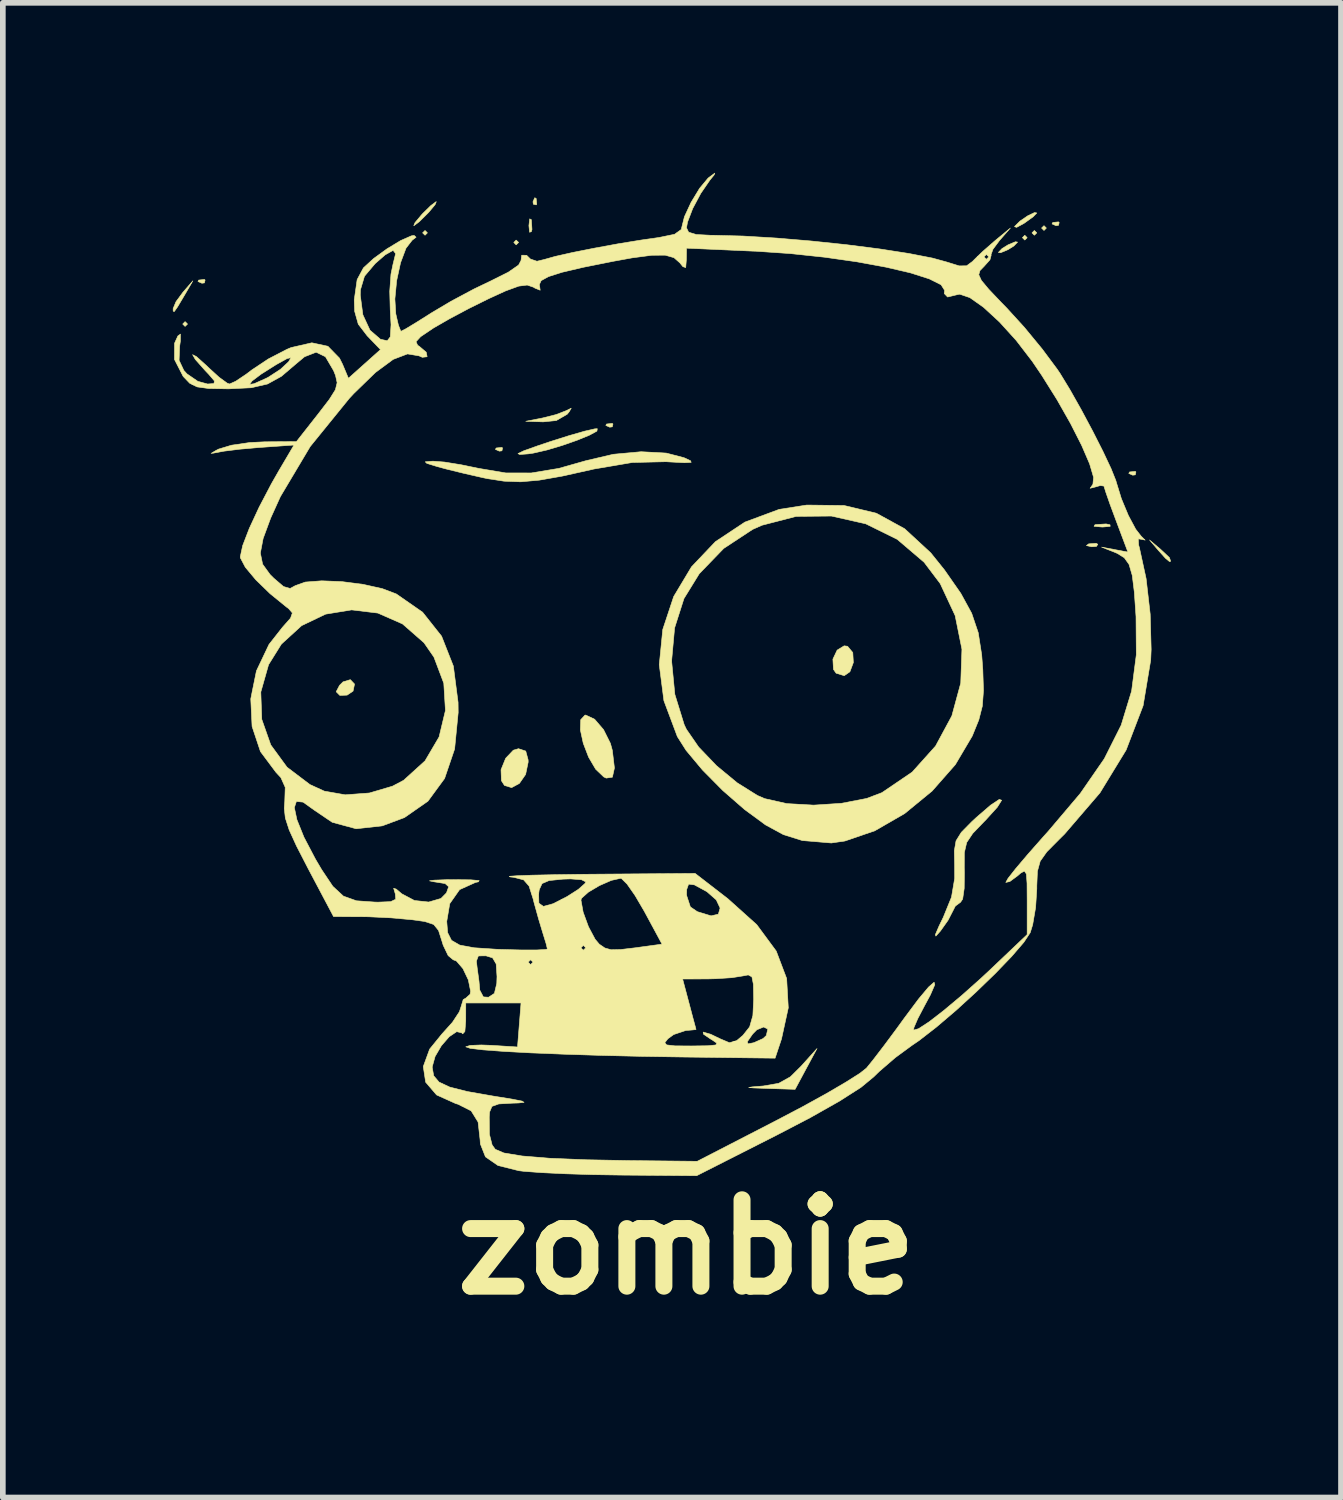
<source format=kicad_pcb>
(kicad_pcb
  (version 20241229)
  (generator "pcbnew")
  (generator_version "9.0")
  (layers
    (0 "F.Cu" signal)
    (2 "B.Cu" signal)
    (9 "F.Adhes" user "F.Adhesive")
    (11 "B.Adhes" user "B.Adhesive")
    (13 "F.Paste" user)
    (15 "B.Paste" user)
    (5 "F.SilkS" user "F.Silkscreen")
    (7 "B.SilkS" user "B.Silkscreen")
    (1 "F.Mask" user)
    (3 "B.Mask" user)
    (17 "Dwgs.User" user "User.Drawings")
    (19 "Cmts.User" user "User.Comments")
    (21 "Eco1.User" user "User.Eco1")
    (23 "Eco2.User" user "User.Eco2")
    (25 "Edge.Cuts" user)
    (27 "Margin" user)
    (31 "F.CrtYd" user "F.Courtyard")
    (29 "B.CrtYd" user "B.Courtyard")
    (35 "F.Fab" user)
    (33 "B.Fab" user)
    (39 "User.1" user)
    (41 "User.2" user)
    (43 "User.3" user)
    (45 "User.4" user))
  (footprint "zombie"
    (layer "F.Cu")
    (at 9.064 8.806)
    (property "Reference" "zombie" (at 0 10.15 0) (layer "F.SilkS") (effects (font (size 1.524 1.524) (thickness 0.3))))
    (attr through_hole)
    (fp_poly (pts (xy -8.805 -6.138) (xy -8.848 -6.096) (xy -8.89 -6.138) (xy -8.848 -6.181) (xy -8.805 -6.138)) (stroke (width 0.01) (type solid)) (fill yes) (layer "F.SilkS"))
    (fp_poly (pts (xy -4.572 -7.747) (xy -4.614 -7.705) (xy -4.657 -7.747) (xy -4.614 -7.789) (xy -4.572 -7.747)) (stroke (width 0.01) (type solid)) (fill yes) (layer "F.SilkS"))
    (fp_poly (pts (xy -2.963 -7.578) (xy -3.006 -7.535) (xy -3.048 -7.578) (xy -3.006 -7.62) (xy -2.963 -7.578)) (stroke (width 0.01) (type solid)) (fill yes) (layer "F.SilkS"))
    (fp_poly (pts (xy 6.011 -7.662) (xy 5.969 -7.62) (xy 5.927 -7.662) (xy 5.969 -7.705) (xy 6.011 -7.662)) (stroke (width 0.01) (type solid)) (fill yes) (layer "F.SilkS"))
    (fp_poly (pts (xy 6.181 -7.747) (xy 6.138 -7.705) (xy 6.096 -7.747) (xy 6.138 -7.789) (xy 6.181 -7.747)) (stroke (width 0.01) (type solid)) (fill yes) (layer "F.SilkS"))
    (fp_poly (pts (xy 6.35 -7.832) (xy 6.308 -7.789) (xy 6.265 -7.832) (xy 6.308 -7.874) (xy 6.35 -7.832)) (stroke (width 0.01) (type solid)) (fill yes) (layer "F.SilkS"))
    (fp_poly (pts (xy -8.495 -6.914) (xy -8.507 -6.864) (xy -8.551 -6.858) (xy -8.621 -6.889) (xy -8.608 -6.914) (xy -8.507 -6.925) (xy -8.495 -6.914)) (stroke (width 0.01) (type solid)) (fill yes) (layer "F.SilkS"))
    (fp_poly (pts (xy -3.246 -3.951) (xy -3.257 -3.901) (xy -3.302 -3.895) (xy -3.372 -3.926) (xy -3.358 -3.951) (xy -3.258 -3.961) (xy -3.246 -3.951)) (stroke (width 0.01) (type solid)) (fill yes) (layer "F.SilkS"))
    (fp_poly (pts (xy -2.738 -7.98) (xy -2.727 -7.806) (xy -2.738 -7.768) (xy -2.769 -7.758) (xy -2.781 -7.874) (xy -2.767 -7.994) (xy -2.738 -7.98)) (stroke (width 0.01) (type solid)) (fill yes) (layer "F.SilkS"))
    (fp_poly (pts (xy -2.653 -8.354) (xy -2.643 -8.253) (xy -2.653 -8.241) (xy -2.703 -8.253) (xy -2.709 -8.297) (xy -2.678 -8.367) (xy -2.653 -8.354)) (stroke (width 0.01) (type solid)) (fill yes) (layer "F.SilkS"))
    (fp_poly (pts (xy -1.298 -4.374) (xy -1.31 -4.324) (xy -1.355 -4.318) (xy -1.424 -4.349) (xy -1.411 -4.374) (xy -1.311 -4.385) (xy -1.298 -4.374)) (stroke (width 0.01) (type solid)) (fill yes) (layer "F.SilkS"))
    (fp_poly (pts (xy 6.576 -7.93) (xy 6.564 -7.88) (xy 6.519 -7.874) (xy 6.45 -7.905) (xy 6.463 -7.93) (xy 6.563 -7.941) (xy 6.576 -7.93)) (stroke (width 0.01) (type solid)) (fill yes) (layer "F.SilkS"))
    (fp_poly (pts (xy 7.258 -2.252) (xy 7.233 -2.214) (xy 7.147 -2.208) (xy 7.057 -2.229) (xy 7.096 -2.259) (xy 7.228 -2.269) (xy 7.258 -2.252)) (stroke (width 0.01) (type solid)) (fill yes) (layer "F.SilkS"))
    (fp_poly (pts (xy 7.93 -3.528) (xy 7.919 -3.477) (xy 7.874 -3.471) (xy 7.804 -3.502) (xy 7.818 -3.528) (xy 7.918 -3.538) (xy 7.93 -3.528)) (stroke (width 0.01) (type solid)) (fill yes) (layer "F.SilkS"))
    (fp_poly (pts (xy 8.361 -2.167) (xy 8.521 -2.017) (xy 8.544 -1.952) (xy 8.522 -1.947) (xy 8.453 -2.004) (xy 8.332 -2.138) (xy 8.17 -2.328) (xy 8.361 -2.167)) (stroke (width 0.01) (type solid)) (fill yes) (layer "F.SilkS"))
    (fp_poly (pts (xy -8.859 -6.646) (xy -8.98 -6.442) (xy -9.039 -6.358) (xy -9.058 -6.366) (xy -9.059 -6.411) (xy -9.008 -6.533) (xy -8.885 -6.7) (xy -8.711 -6.9) (xy -8.859 -6.646)) (stroke (width 0.01) (type solid)) (fill yes) (layer "F.SilkS"))
    (fp_poly (pts (xy 5.842 -7.584) (xy 5.777 -7.516) (xy 5.673 -7.451) (xy 5.542 -7.396) (xy 5.503 -7.402) (xy 5.568 -7.47) (xy 5.673 -7.535) (xy 5.804 -7.59) (xy 5.842 -7.584)) (stroke (width 0.01) (type solid)) (fill yes) (layer "F.SilkS"))
    (fp_poly (pts (xy 7.473 -2.596) (xy 7.476 -2.568) (xy 7.344 -2.556) (xy 7.324 -2.557) (xy 7.192 -2.569) (xy 7.205 -2.594) (xy 7.219 -2.599) (xy 7.404 -2.611) (xy 7.473 -2.596)) (stroke (width 0.01) (type solid)) (fill yes) (layer "F.SilkS"))
    (fp_poly (pts (xy -5.858 0.215) (xy -5.884 0.339) (xy -5.989 0.41) (xy -6.117 0.415) (xy -6.181 0.351) (xy -6.181 0.349) (xy -6.123 0.238) (xy -6.061 0.176) (xy -5.932 0.137) (xy -5.858 0.215)) (stroke (width 0.01) (type solid)) (fill yes) (layer "F.SilkS"))
    (fp_poly (pts (xy -2.07 -4.59) (xy -2.106 -4.546) (xy -2.298 -4.435) (xy -2.529 -4.412) (xy -2.836 -4.422) (xy -2.537 -4.481) (xy -2.3 -4.541) (xy -2.124 -4.609) (xy -2.114 -4.614) (xy -2.034 -4.653) (xy -2.07 -4.59)) (stroke (width 0.01) (type solid)) (fill yes) (layer "F.SilkS"))
    (fp_poly (pts (xy 2.842 -0.452) (xy 2.934 -0.341) (xy 2.944 -0.165) (xy 2.883 -0.002) (xy 2.783 0.067) (xy 2.64 0.023) (xy 2.593 -0.044) (xy 2.583 -0.225) (xy 2.658 -0.384) (xy 2.782 -0.46) (xy 2.842 -0.452)) (stroke (width 0.01) (type solid)) (fill yes) (layer "F.SilkS"))
    (fp_poly (pts (xy 6.181 -8.098) (xy 6.118 -8.032) (xy 5.966 -7.922) (xy 5.959 -7.917) (xy 5.825 -7.844) (xy 5.789 -7.856) (xy 5.794 -7.865) (xy 5.885 -7.955) (xy 6.021 -8.048) (xy 6.14 -8.105) (xy 6.181 -8.098)) (stroke (width 0.01) (type solid)) (fill yes) (layer "F.SilkS"))
    (fp_poly (pts (xy 2.109 7.006) (xy 1.916 7.366) (xy 1.445 7.351) (xy 1.19 7.342) (xy 1.097 7.334) (xy 1.158 7.323) (xy 1.355 7.307) (xy 1.626 7.26) (xy 1.833 7.145) (xy 2.019 6.961) (xy 2.303 6.646) (xy 2.109 7.006)) (stroke (width 0.01) (type solid)) (fill yes) (layer "F.SilkS"))
    (fp_poly (pts (xy -4.437 -8.244) (xy -4.546 -8.113) (xy -4.572 -8.086) (xy -4.717 -7.943) (xy -4.808 -7.875) (xy -4.813 -7.874) (xy -4.791 -7.927) (xy -4.682 -8.058) (xy -4.657 -8.086) (xy -4.512 -8.228) (xy -4.421 -8.296) (xy -4.415 -8.297) (xy -4.437 -8.244)) (stroke (width 0.01) (type solid)) (fill yes) (layer "F.SilkS"))
    (fp_poly (pts (xy -2.837 1.397) (xy -2.795 1.552) (xy -2.794 1.592) (xy -2.839 1.809) (xy -2.949 1.968) (xy -3.086 2.042) (xy -3.212 2.004) (xy -3.266 1.92) (xy -3.273 1.726) (xy -3.191 1.524) (xy -3.056 1.382) (xy -2.965 1.355) (xy -2.837 1.397)) (stroke (width 0.01) (type solid)) (fill yes) (layer "F.SilkS"))
    (fp_poly (pts (xy -1.622 0.835) (xy -1.464 1.019) (xy -1.343 1.261) (xy -1.309 1.384) (xy -1.272 1.696) (xy -1.308 1.858) (xy -1.417 1.874) (xy -1.461 1.853) (xy -1.603 1.717) (xy -1.728 1.504) (xy -1.822 1.259) (xy -1.873 1.024) (xy -1.867 0.844) (xy -1.792 0.763) (xy -1.778 0.762) (xy -1.622 0.835)) (stroke (width 0.01) (type solid)) (fill yes) (layer "F.SilkS"))
    (fp_poly (pts (xy -1.581 -4.249) (xy -1.713 -4.177) (xy -1.93 -4.088) (xy -2.193 -3.996) (xy -2.465 -3.915) (xy -2.705 -3.86) (xy -2.794 -3.847) (xy -2.944 -3.836) (xy -2.974 -3.852) (xy -2.873 -3.901) (xy -2.627 -3.989) (xy -2.413 -4.061) (xy -2.075 -4.168) (xy -1.796 -4.248) (xy -1.617 -4.289) (xy -1.574 -4.291) (xy -1.581 -4.249)) (stroke (width 0.01) (type solid)) (fill yes) (layer "F.SilkS"))
    (fp_poly (pts (xy 5.561 2.265) (xy 5.484 2.388) (xy 5.279 2.614) (xy 5.249 2.644) (xy 5.051 2.85) (xy 4.944 3.01) (xy 4.902 3.19) (xy 4.901 3.458) (xy 4.903 3.535) (xy 4.9 3.82) (xy 4.873 4.008) (xy 4.836 4.064) (xy 4.743 4.133) (xy 4.703 4.212) (xy 4.615 4.383) (xy 4.481 4.572) (xy 4.4 4.662) (xy 4.391 4.637) (xy 4.457 4.483) (xy 4.531 4.331) (xy 4.676 3.974) (xy 4.732 3.644) (xy 4.731 3.411) (xy 4.726 3.155) (xy 4.756 2.981) (xy 4.849 2.831) (xy 5.031 2.646) (xy 5.115 2.568) (xy 5.368 2.35) (xy 5.519 2.25) (xy 5.561 2.265)) (stroke (width 0.01) (type solid)) (fill yes) (layer "F.SilkS"))
    (fp_poly (pts (xy -0.357 -3.861) (xy -0.045 -3.78) (xy 0.072 -3.725) (xy 0.082 -3.697) (xy -0.036 -3.691) (xy -0.301 -3.705) (xy -0.361 -3.709) (xy -0.957 -3.695) (xy -1.638 -3.579) (xy -1.671 -3.571) (xy -2.196 -3.454) (xy -2.6 -3.383) (xy -2.927 -3.354) (xy -3.219 -3.365) (xy -3.518 -3.411) (xy -3.598 -3.428) (xy -3.931 -3.504) (xy -4.244 -3.581) (xy -4.403 -3.624) (xy -4.583 -3.68) (xy -4.61 -3.707) (xy -4.494 -3.717) (xy -4.471 -3.718) (xy -4.273 -3.703) (xy -3.977 -3.655) (xy -3.667 -3.591) (xy -3.192 -3.511) (xy -2.74 -3.51) (xy -2.253 -3.591) (xy -1.77 -3.728) (xy -1.291 -3.84) (xy -0.801 -3.885) (xy -0.357 -3.861)) (stroke (width 0.01) (type solid)) (fill yes) (layer "F.SilkS"))
    (fp_poly (pts (xy 2.781 -2.936) (xy 3.349 -2.8) (xy 3.849 -2.526) (xy 4.309 -2.101) (xy 4.552 -1.799) (xy 4.841 -1.384) (xy 5.032 -1.034) (xy 5.148 -0.69) (xy 5.209 -0.298) (xy 5.228 -0.042) (xy 5.24 0.33) (xy 5.22 0.603) (xy 5.158 0.846) (xy 5.044 1.127) (xy 5.043 1.13) (xy 4.744 1.636) (xy 4.334 2.102) (xy 3.849 2.5) (xy 3.324 2.803) (xy 2.796 2.984) (xy 2.555 3.019) (xy 2.044 2.976) (xy 1.709 2.871) (xy 1.394 2.7) (xy 1.023 2.427) (xy 0.639 2.092) (xy 0.282 1.731) (xy -0.008 1.384) (xy -0.162 1.141) (xy -0.399 0.508) (xy -0.481 -0.128) (xy -0.474 -0.193) (xy -0.263 -0.193) (xy -0.206 0.397) (xy -0.041 0.931) (xy -0.002 1.013) (xy 0.214 1.326) (xy 0.531 1.657) (xy 0.895 1.958) (xy 1.25 2.18) (xy 1.378 2.236) (xy 1.768 2.324) (xy 2.242 2.351) (xy 2.734 2.319) (xy 3.179 2.233) (xy 3.448 2.131) (xy 3.982 1.768) (xy 4.395 1.308) (xy 4.682 0.776) (xy 4.839 0.198) (xy 4.86 -0.4) (xy 4.74 -0.994) (xy 4.477 -1.558) (xy 4.193 -1.934) (xy 3.718 -2.339) (xy 3.162 -2.613) (xy 2.557 -2.75) (xy 1.936 -2.744) (xy 1.333 -2.588) (xy 1.166 -2.514) (xy 0.657 -2.179) (xy 0.225 -1.732) (xy -0.045 -1.294) (xy -0.21 -0.777) (xy -0.263 -0.193) (xy -0.474 -0.193) (xy -0.419 -0.748) (xy -0.226 -1.33) (xy 0.088 -1.854) (xy 0.51 -2.298) (xy 1.03 -2.643) (xy 1.635 -2.868) (xy 2.122 -2.944) (xy 2.781 -2.936)) (stroke (width 0.01) (type solid)) (fill yes) (layer "F.SilkS"))
    (fp_poly (pts (xy 0.487 -8.769) (xy 0.412 -8.677) (xy 0.252 -8.444) (xy 0.109 -8.176) (xy 0.018 -7.938) (xy 0 -7.836) (xy 0.037 -7.759) (xy 0.17 -7.718) (xy 0.434 -7.704) (xy 0.487 -7.704) (xy 0.996 -7.691) (xy 1.577 -7.656) (xy 2.195 -7.604) (xy 2.816 -7.539) (xy 3.404 -7.464) (xy 3.924 -7.383) (xy 4.34 -7.302) (xy 4.59 -7.233) (xy 4.812 -7.164) (xy 4.943 -7.166) (xy 5.047 -7.243) (xy 5.067 -7.264) (xy 5.128 -7.324) (xy 5.249 -7.324) (xy 5.292 -7.281) (xy 5.334 -7.324) (xy 5.292 -7.366) (xy 5.249 -7.324) (xy 5.128 -7.324) (xy 5.228 -7.42) (xy 5.436 -7.602) (xy 5.461 -7.623) (xy 5.715 -7.832) (xy 5.524 -7.614) (xy 5.407 -7.457) (xy 5.372 -7.358) (xy 5.376 -7.352) (xy 5.354 -7.271) (xy 5.251 -7.156) (xy 5.178 -7.081) (xy 5.157 -7.008) (xy 5.203 -6.908) (xy 5.332 -6.753) (xy 5.559 -6.514) (xy 5.653 -6.418) (xy 5.962 -6.079) (xy 6.275 -5.699) (xy 6.537 -5.347) (xy 6.592 -5.266) (xy 6.766 -4.98) (xy 6.964 -4.629) (xy 7.165 -4.253) (xy 7.348 -3.892) (xy 7.492 -3.586) (xy 7.576 -3.376) (xy 7.585 -3.344) (xy 7.674 -3.055) (xy 7.797 -2.76) (xy 7.927 -2.517) (xy 8.023 -2.394) (xy 8.093 -2.325) (xy 8.051 -2.335) (xy 7.972 -2.348) (xy 7.978 -2.239) (xy 7.991 -2.193) (xy 8.11 -1.646) (xy 8.182 -1.018) (xy 8.199 -0.396) (xy 8.191 -0.208) (xy 8.057 0.596) (xy 7.757 1.379) (xy 7.295 2.135) (xy 6.673 2.859) (xy 6.571 2.96) (xy 6.358 3.175) (xy 6.241 3.34) (xy 6.192 3.518) (xy 6.181 3.775) (xy 6.181 3.83) (xy 6.16 4.158) (xy 6.108 4.462) (xy 6.065 4.601) (xy 5.952 4.772) (xy 5.736 5.023) (xy 5.445 5.325) (xy 5.108 5.651) (xy 4.753 5.975) (xy 4.409 6.268) (xy 4.104 6.505) (xy 3.979 6.59) (xy 3.686 6.805) (xy 3.397 7.054) (xy 3.304 7.145) (xy 3.079 7.331) (xy 2.701 7.573) (xy 2.179 7.868) (xy 1.595 8.172) (xy 0.179 8.89) (xy -1.159 8.879) (xy -1.661 8.871) (xy -2.142 8.856) (xy -2.559 8.836) (xy -2.868 8.813) (xy -2.959 8.802) (xy -3.327 8.71) (xy -3.548 8.557) (xy -3.638 8.329) (xy -3.642 8.26) (xy -3.678 7.943) (xy -3.8 7.746) (xy -4.032 7.629) (xy -4.071 7.618) (xy -4.41 7.465) (xy -4.603 7.24) (xy -4.645 6.964) (xy -4.533 6.657) (xy -4.318 6.392) (xy -4.13 6.183) (xy -4.007 5.996) (xy -3.979 5.909) (xy -3.94 5.782) (xy -3.895 5.757) (xy -3.819 5.689) (xy -3.81 5.634) (xy -3.85 5.435) (xy -3.945 5.236) (xy -4.058 5.104) (xy -3.708 5.104) (xy -3.694 5.222) (xy -3.662 5.457) (xy -3.648 5.615) (xy -3.585 5.735) (xy -3.493 5.741) (xy -3.39 5.673) (xy -3.348 5.497) (xy -3.344 5.375) (xy -3.359 5.152) (xy -3.377 5.122) (xy -2.794 5.122) (xy -2.752 5.165) (xy -2.709 5.122) (xy -2.752 5.08) (xy -2.794 5.122) (xy -3.377 5.122) (xy -3.422 5.046) (xy -3.539 5.01) (xy -3.673 5.012) (xy -3.708 5.104) (xy -4.058 5.104) (xy -4.06 5.102) (xy -4.117 5.08) (xy -4.206 5.006) (xy -4.294 4.822) (xy -4.315 4.753) (xy -4.376 4.562) (xy -4.461 4.457) (xy -4.621 4.404) (xy -4.847 4.373) (xy -5.212 4.34) (xy -5.611 4.321) (xy -5.76 4.319) (xy -6.228 4.318) (xy -6.68 3.464) (xy -6.882 3.072) (xy -7.011 2.789) (xy -7.079 2.579) (xy -7.098 2.407) (xy -7.089 2.285) (xy -7.081 2.037) (xy -7.158 1.865) (xy -7.243 1.774) (xy -7.518 1.406) (xy -7.666 0.962) (xy -7.689 0.476) (xy -7.665 0.355) (xy -7.512 0.355) (xy -7.495 0.837) (xy -7.336 1.289) (xy -7.049 1.682) (xy -6.645 1.988) (xy -6.392 2.104) (xy -6.022 2.169) (xy -5.596 2.137) (xy -5.189 2.017) (xy -4.992 1.913) (xy -4.614 1.57) (xy -4.366 1.148) (xy -4.254 0.681) (xy -4.283 0.2) (xy -4.457 -0.261) (xy -4.632 -0.514) (xy -5.011 -0.846) (xy -5.447 -1.038) (xy -5.91 -1.094) (xy -6.368 -1.019) (xy -6.792 -0.816) (xy -7.149 -0.49) (xy -7.375 -0.127) (xy -7.512 0.355) (xy -7.665 0.355) (xy -7.589 -0.018) (xy -7.367 -0.485) (xy -7.128 -0.789) (xy -6.987 -0.948) (xy -6.955 -1.04) (xy -7.022 -1.118) (xy -7.058 -1.144) (xy -7.348 -1.38) (xy -7.601 -1.626) (xy -7.786 -1.848) (xy -7.872 -2.012) (xy -7.874 -2.033) (xy -7.86 -2.097) (xy -7.52 -2.097) (xy -7.48 -1.9) (xy -7.35 -1.72) (xy -7.284 -1.654) (xy -7.111 -1.506) (xy -6.995 -1.472) (xy -6.903 -1.522) (xy -6.727 -1.585) (xy -6.437 -1.607) (xy -6.082 -1.593) (xy -5.709 -1.545) (xy -5.368 -1.469) (xy -5.122 -1.376) (xy -4.657 -1.053) (xy -4.322 -0.63) (xy -4.114 -0.102) (xy -4.031 0.538) (xy -4.029 0.718) (xy -4.092 1.361) (xy -4.269 1.881) (xy -4.563 2.282) (xy -4.978 2.571) (xy -5.369 2.717) (xy -5.83 2.768) (xy -6.251 2.654) (xy -6.563 2.443) (xy -6.766 2.298) (xy -6.884 2.286) (xy -6.92 2.394) (xy -6.875 2.608) (xy -6.751 2.916) (xy -6.548 3.303) (xy -6.439 3.488) (xy -6.241 3.784) (xy -6.054 3.957) (xy -5.824 4.039) (xy -5.496 4.062) (xy -5.442 4.063) (xy -5.22 4.054) (xy -5.131 4.012) (xy -5.138 3.921) (xy -5.139 3.916) (xy -5.168 3.818) (xy -5.122 3.833) (xy -5.024 3.916) (xy -4.801 4.034) (xy -4.549 4.061) (xy -4.333 3.998) (xy -4.236 3.9) (xy -4.197 3.791) (xy -4.259 3.735) (xy -4.455 3.704) (xy -4.466 3.702) (xy -4.536 3.687) (xy -4.455 3.675) (xy -4.242 3.667) (xy -4.106 3.666) (xy -3.806 3.669) (xy -3.659 3.682) (xy -3.671 3.704) (xy -3.723 3.715) (xy -4.004 3.842) (xy -4.178 4.09) (xy -4.231 4.403) (xy -4.215 4.602) (xy -4.147 4.737) (xy -4.001 4.821) (xy -3.747 4.868) (xy -3.358 4.894) (xy -3.263 4.898) (xy -2.917 4.907) (xy -2.645 4.907) (xy -2.484 4.898) (xy -2.455 4.889) (xy -2.46 4.868) (xy -1.863 4.868) (xy -1.82 4.911) (xy -1.778 4.868) (xy -1.82 4.826) (xy -1.863 4.868) (xy -2.46 4.868) (xy -2.479 4.79) (xy -2.536 4.606) (xy -2.61 4.36) (xy -2.692 4.065) (xy -2.707 4.005) (xy -2.735 3.916) (xy -2.609 3.916) (xy -2.605 4.081) (xy -2.526 4.138) (xy -2.352 4.09) (xy -2.225 4.025) (xy -1.863 4.025) (xy -1.824 4.24) (xy -1.73 4.497) (xy -1.613 4.717) (xy -1.539 4.805) (xy -1.441 4.872) (xy -1.331 4.903) (xy -1.162 4.899) (xy -0.883 4.866) (xy -0.821 4.857) (xy -0.432 4.804) (xy -0.745 4.224) (xy -0.906 3.949) (xy -0.912 3.94) (xy 0 3.94) (xy 0.068 4.147) (xy 0.191 4.231) (xy 0.434 4.305) (xy 0.562 4.275) (xy 0.593 4.167) (xy 0.525 4.023) (xy 0.361 3.879) (xy 0.347 3.871) (xy 0.139 3.758) (xy 0.037 3.745) (xy 0.003 3.84) (xy 0 3.94) (xy -0.912 3.94) (xy -1.049 3.744) (xy -1.148 3.646) (xy -1.161 3.642) (xy -1.327 3.679) (xy -1.537 3.771) (xy -1.731 3.886) (xy -1.85 3.992) (xy -1.863 4.025) (xy -2.225 4.025) (xy -2.107 3.964) (xy -1.908 3.837) (xy -1.791 3.733) (xy -1.778 3.705) (xy -1.854 3.667) (xy -2.046 3.653) (xy -2.18 3.657) (xy -2.425 3.682) (xy -2.549 3.735) (xy -2.599 3.844) (xy -2.609 3.916) (xy -2.735 3.916) (xy -2.778 3.78) (xy -2.874 3.67) (xy -3.047 3.625) (xy -3.113 3.618) (xy -3.128 3.607) (xy -2.992 3.597) (xy -2.724 3.587) (xy -2.346 3.579) (xy -1.874 3.572) (xy -1.639 3.57) (xy 0.152 3.556) (xy 0.729 4.002) (xy 1.239 4.46) (xy 1.583 4.926) (xy 1.767 5.411) (xy 1.796 5.928) (xy 1.676 6.477) (xy 1.563 6.816) (xy -0.044 6.796) (xy -0.8 6.784) (xy -1.515 6.767) (xy -2.169 6.746) (xy -2.744 6.723) (xy -3.222 6.697) (xy -3.586 6.67) (xy -3.816 6.643) (xy -3.895 6.616) (xy -3.819 6.591) (xy -3.622 6.583) (xy -3.438 6.59) (xy -2.982 6.619) (xy -2.976 6.543) (xy -0.383 6.543) (xy -0.351 6.582) (xy -0.204 6.599) (xy 0.083 6.601) (xy 0.088 6.601) (xy 0.376 6.597) (xy 0.517 6.583) (xy 0.535 6.551) (xy 0.451 6.493) (xy 0.423 6.477) (xy 0.3 6.393) (xy 0.294 6.356) (xy 0.296 6.356) (xy 0.427 6.394) (xy 0.593 6.474) (xy 0.758 6.544) (xy 0.814 6.527) (xy 1.072 6.527) (xy 1.086 6.564) (xy 1.189 6.543) (xy 1.351 6.47) (xy 1.408 6.417) (xy 1.434 6.302) (xy 1.361 6.266) (xy 1.241 6.315) (xy 1.167 6.39) (xy 1.072 6.527) (xy 0.814 6.527) (xy 0.886 6.506) (xy 0.995 6.414) (xy 1.114 6.264) (xy 1.171 6.063) (xy 1.185 5.775) (xy 1.18 5.512) (xy 1.154 5.382) (xy 1.09 5.347) (xy 0.995 5.365) (xy 0.799 5.396) (xy 0.517 5.414) (xy 0.367 5.418) (xy -0.069 5.419) (xy 0.049 5.863) (xy 0.114 6.109) (xy 0.158 6.271) (xy 0.168 6.311) (xy 0.098 6.319) (xy -0.014 6.328) (xy -0.226 6.399) (xy -0.328 6.473) (xy -0.383 6.543) (xy -2.976 6.543) (xy -2.92 5.842) (xy -3.895 5.842) (xy -3.896 6.16) (xy -3.911 6.346) (xy -3.95 6.388) (xy -3.965 6.37) (xy -4.055 6.348) (xy -4.187 6.437) (xy -4.326 6.597) (xy -4.437 6.787) (xy -4.487 6.968) (xy -4.487 6.981) (xy -4.461 7.127) (xy -4.367 7.238) (xy -4.179 7.326) (xy -3.872 7.404) (xy -3.422 7.483) (xy -3.411 7.485) (xy -3.077 7.539) (xy -2.9 7.574) (xy -2.867 7.596) (xy -2.967 7.607) (xy -3.069 7.61) (xy -3.313 7.624) (xy -3.433 7.667) (xy -3.475 7.767) (xy -3.481 7.853) (xy -3.478 8.159) (xy -3.43 8.347) (xy -3.375 8.424) (xy -3.223 8.489) (xy -2.903 8.542) (xy -2.417 8.582) (xy -1.767 8.609) (xy -1.027 8.623) (xy 0.189 8.636) (xy 1.597 7.91) (xy 2.055 7.669) (xy 2.47 7.44) (xy 2.813 7.239) (xy 3.058 7.084) (xy 3.175 6.992) (xy 3.297 6.841) (xy 3.487 6.593) (xy 3.713 6.289) (xy 3.844 6.108) (xy 4.095 5.772) (xy 4.272 5.561) (xy 4.369 5.476) (xy 4.381 5.52) (xy 4.304 5.698) (xy 4.199 5.893) (xy 4.081 6.118) (xy 4.013 6.276) (xy 4.007 6.321) (xy 4.095 6.296) (xy 4.282 6.174) (xy 4.543 5.972) (xy 4.856 5.71) (xy 5.197 5.406) (xy 5.378 5.237) (xy 6.011 4.635) (xy 6.011 4.04) (xy 6.009 3.732) (xy 5.997 3.566) (xy 5.962 3.514) (xy 5.896 3.551) (xy 5.841 3.599) (xy 5.705 3.699) (xy 5.634 3.715) (xy 5.674 3.643) (xy 5.81 3.47) (xy 6.022 3.22) (xy 6.29 2.916) (xy 6.387 2.808) (xy 6.948 2.146) (xy 7.372 1.533) (xy 7.67 0.94) (xy 7.854 0.338) (xy 7.937 -0.302) (xy 7.932 -0.974) (xy 7.902 -1.408) (xy 7.865 -1.704) (xy 7.809 -1.896) (xy 7.725 -2.014) (xy 7.601 -2.091) (xy 7.549 -2.113) (xy 7.324 -2.202) (xy 7.556 -2.158) (xy 7.789 -2.114) (xy 7.578 -2.675) (xy 7.473 -2.958) (xy 7.398 -3.173) (xy 7.366 -3.277) (xy 7.366 -3.279) (xy 7.301 -3.288) (xy 7.218 -3.264) (xy 7.122 -3.24) (xy 7.166 -3.304) (xy 7.171 -3.31) (xy 7.183 -3.433) (xy 7.113 -3.671) (xy 6.973 -3.996) (xy 6.777 -4.382) (xy 6.538 -4.803) (xy 6.268 -5.234) (xy 6.099 -5.483) (xy 5.817 -5.85) (xy 5.523 -6.174) (xy 5.242 -6.433) (xy 5 -6.604) (xy 4.821 -6.665) (xy 4.784 -6.658) (xy 4.607 -6.615) (xy 4.548 -6.676) (xy 4.554 -6.733) (xy 4.492 -6.831) (xy 4.284 -6.935) (xy 3.952 -7.041) (xy 3.519 -7.142) (xy 3.007 -7.236) (xy 2.439 -7.317) (xy 1.837 -7.381) (xy 1.224 -7.423) (xy 1.164 -7.425) (xy 0 -7.477) (xy -0.003 -7.273) (xy -0.014 -7.135) (xy -0.063 -7.15) (xy -0.118 -7.218) (xy -0.221 -7.309) (xy -0.375 -7.353) (xy -0.611 -7.352) (xy -0.959 -7.306) (xy -1.294 -7.245) (xy -1.819 -7.14) (xy -2.194 -7.052) (xy -2.436 -6.975) (xy -2.565 -6.904) (xy -2.598 -6.831) (xy -2.593 -6.812) (xy -2.582 -6.735) (xy -2.673 -6.771) (xy -2.702 -6.789) (xy -2.811 -6.826) (xy -2.961 -6.807) (xy -3.191 -6.723) (xy -3.484 -6.589) (xy -3.84 -6.413) (xy -4.191 -6.226) (xy -4.465 -6.068) (xy -4.481 -6.057) (xy -4.692 -5.915) (xy -4.773 -5.826) (xy -4.744 -5.763) (xy -4.713 -5.743) (xy -4.593 -5.641) (xy -4.577 -5.561) (xy -4.662 -5.551) (xy -4.721 -5.577) (xy -4.923 -5.611) (xy -5.175 -5.515) (xy -5.488 -5.284) (xy -5.871 -4.912) (xy -5.95 -4.827) (xy -6.64 -3.977) (xy -7.167 -3.092) (xy -7.338 -2.714) (xy -7.471 -2.354) (xy -7.52 -2.097) (xy -7.86 -2.097) (xy -7.832 -2.228) (xy -7.715 -2.532) (xy -7.541 -2.907) (xy -7.325 -3.319) (xy -7.195 -3.547) (xy -6.926 -4.003) (xy -7.548 -3.959) (xy -7.879 -3.93) (xy -8.16 -3.895) (xy -8.334 -3.863) (xy -8.34 -3.861) (xy -8.389 -3.856) (xy -8.3 -3.909) (xy -8.255 -3.932) (xy -8.029 -4) (xy -7.708 -4.047) (xy -7.442 -4.06) (xy -6.883 -4.064) (xy -6.498 -4.554) (xy -6.302 -4.809) (xy -6.196 -4.978) (xy -6.165 -5.103) (xy -6.193 -5.23) (xy -6.228 -5.317) (xy -6.371 -5.561) (xy -6.535 -5.641) (xy -6.74 -5.561) (xy -6.885 -5.44) (xy -7.149 -5.215) (xy -7.394 -5.08) (xy -7.68 -5.014) (xy -8.067 -4.995) (xy -8.116 -4.995) (xy -8.436 -5.001) (xy -8.636 -5.029) (xy -8.726 -5.073) (xy -7.71 -5.073) (xy -7.63 -5.085) (xy -7.418 -5.18) (xy -7.377 -5.201) (xy -7.165 -5.339) (xy -7.021 -5.473) (xy -6.979 -5.545) (xy -7.048 -5.529) (xy -7.239 -5.423) (xy -7.508 -5.253) (xy -7.667 -5.133) (xy -7.71 -5.073) (xy -8.726 -5.073) (xy -8.766 -5.093) (xy -8.874 -5.206) (xy -8.884 -5.218) (xy -9.035 -5.513) (xy -9.034 -5.799) (xy -8.976 -5.927) (xy -8.93 -5.961) (xy -8.931 -5.839) (xy -8.944 -5.746) (xy -8.954 -5.498) (xy -8.87 -5.319) (xy -8.815 -5.259) (xy -8.623 -5.127) (xy -8.451 -5.08) (xy -8.339 -5.088) (xy -8.33 -5.134) (xy -8.432 -5.253) (xy -8.493 -5.317) (xy -8.667 -5.513) (xy -8.716 -5.598) (xy -8.648 -5.564) (xy -8.471 -5.405) (xy -8.433 -5.368) (xy -8.248 -5.199) (xy -8.105 -5.095) (xy -8.063 -5.08) (xy -7.954 -5.129) (xy -7.769 -5.253) (xy -7.669 -5.329) (xy -7.379 -5.522) (xy -7.053 -5.691) (xy -6.977 -5.723) (xy -6.611 -5.807) (xy -6.328 -5.746) (xy -6.124 -5.537) (xy -6.069 -5.427) (xy -5.966 -5.181) (xy -5.683 -5.434) (xy -5.4 -5.687) (xy -5.635 -5.931) (xy -5.792 -6.136) (xy -5.856 -6.363) (xy -5.863 -6.565) (xy -5.851 -6.649) (xy -5.757 -6.649) (xy -5.711 -6.301) (xy -5.585 -6.029) (xy -5.401 -5.87) (xy -5.28 -5.843) (xy -5.227 -5.912) (xy -5.214 -6.126) (xy -5.228 -6.385) (xy -5.237 -6.717) (xy -5.215 -7.02) (xy -5.18 -7.189) (xy -5.133 -7.381) (xy -5.177 -7.438) (xy -5.316 -7.36) (xy -5.494 -7.205) (xy -5.683 -6.981) (xy -5.754 -6.742) (xy -5.757 -6.649) (xy -5.851 -6.649) (xy -5.812 -6.922) (xy -5.701 -7.129) (xy -5.521 -7.294) (xy -5.284 -7.466) (xy -5.044 -7.611) (xy -4.856 -7.694) (xy -4.807 -7.702) (xy -4.772 -7.67) (xy -4.841 -7.617) (xy -4.95 -7.476) (xy -5.046 -7.22) (xy -5.115 -6.903) (xy -5.146 -6.58) (xy -5.13 -6.318) (xy -5.084 -6.119) (xy -5.043 -6.015) (xy -5.037 -6.011) (xy -4.953 -6.054) (xy -4.768 -6.166) (xy -4.519 -6.323) (xy -4.509 -6.33) (xy -4.157 -6.539) (xy -3.749 -6.757) (xy -3.449 -6.901) (xy -3.145 -7.053) (xy -2.963 -7.179) (xy -2.92 -7.26) (xy -2.908 -7.353) (xy -2.821 -7.351) (xy -2.754 -7.285) (xy -2.639 -7.246) (xy -2.507 -7.278) (xy -2.319 -7.331) (xy -2.009 -7.401) (xy -1.621 -7.478) (xy -1.202 -7.555) (xy -0.795 -7.621) (xy -0.487 -7.665) (xy -0.211 -7.722) (xy -0.092 -7.807) (xy -0.085 -7.84) (xy -0.037 -8.031) (xy 0.08 -8.284) (xy 0.231 -8.533) (xy 0.379 -8.711) (xy 0.396 -8.725) (xy 0.499 -8.801) (xy 0.487 -8.769)) (stroke (width 0.01) (type solid)) (fill yes) (layer "F.SilkS")))
  (gr_rect
    (start -3 -3)
    (end 20.613 23.374)
    (stroke (width 0.1) (type default))
    (fill no)
    (layer "Edge.Cuts")))
</source>
